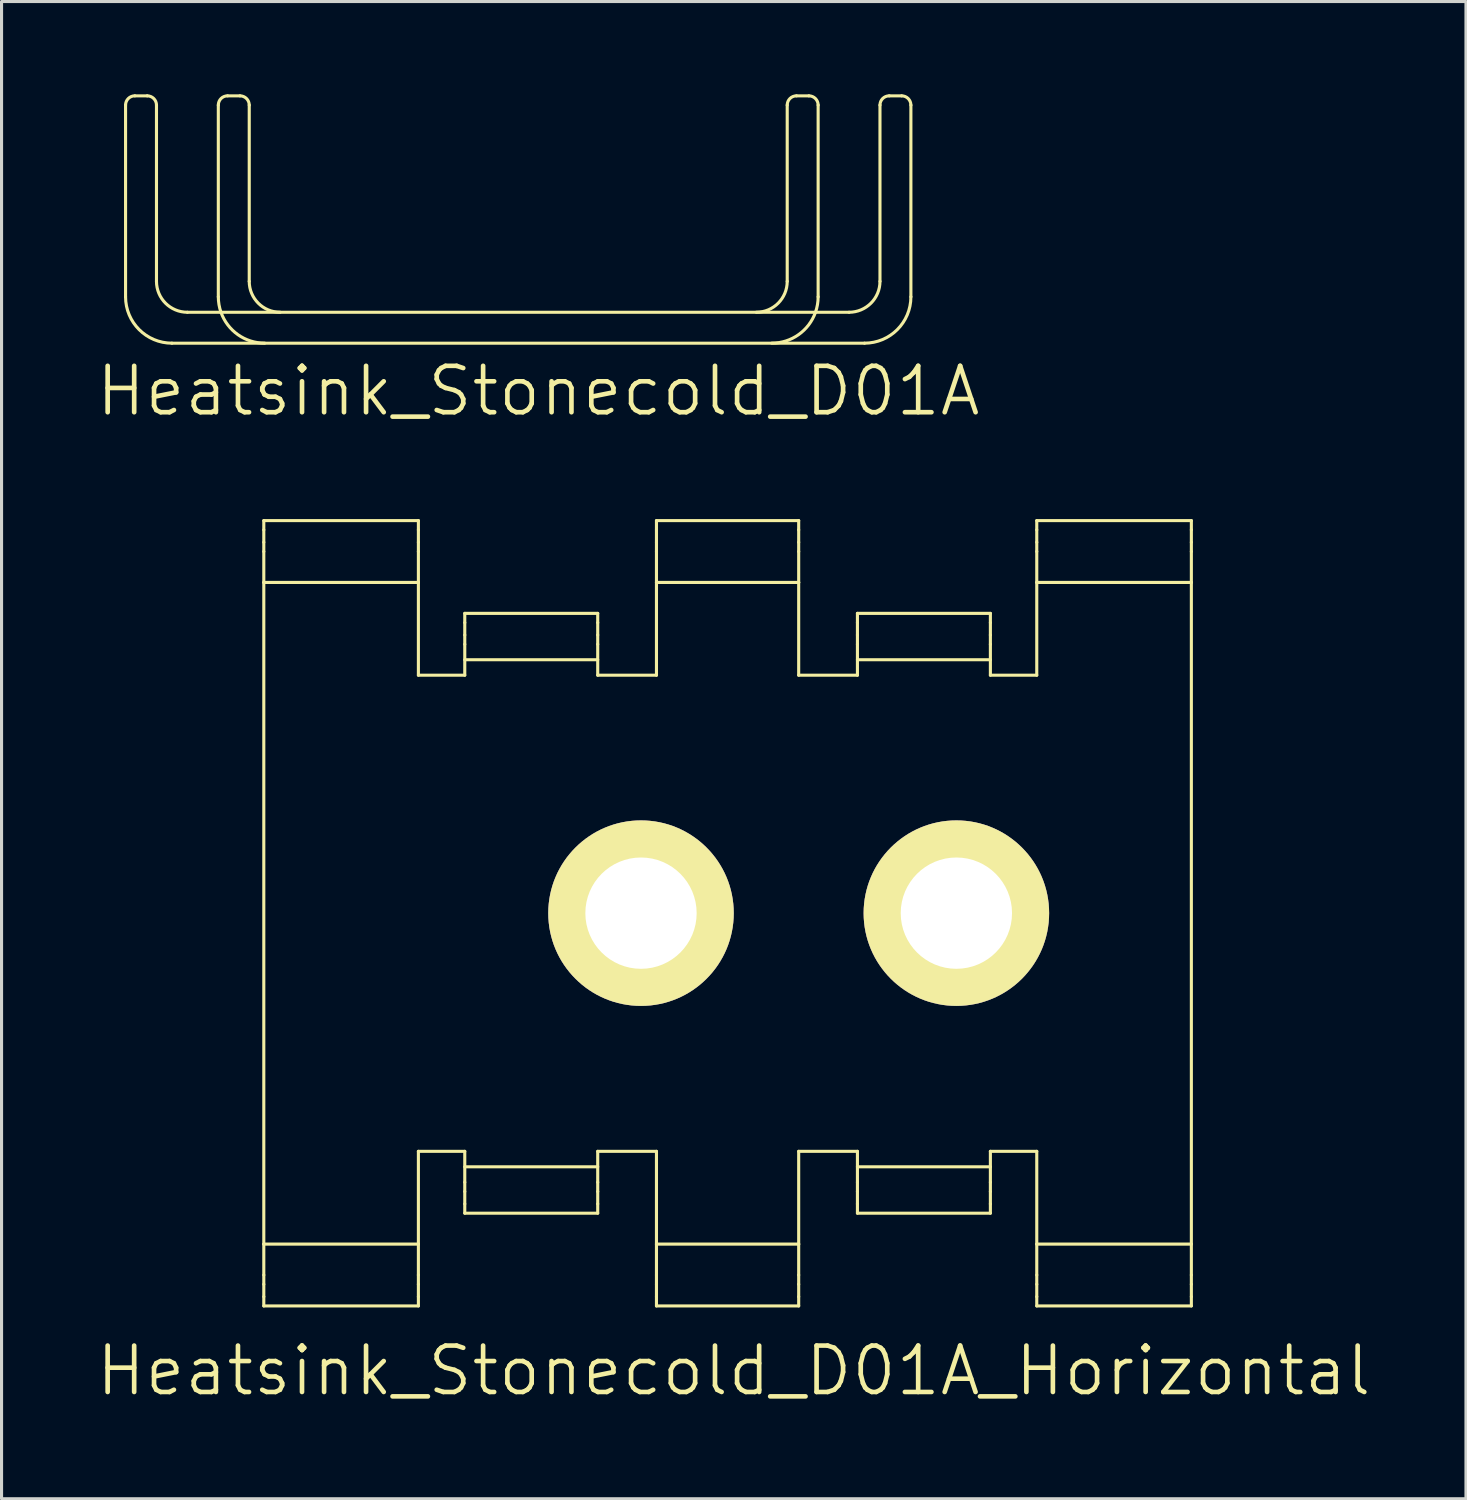
<source format=kicad_pcb>
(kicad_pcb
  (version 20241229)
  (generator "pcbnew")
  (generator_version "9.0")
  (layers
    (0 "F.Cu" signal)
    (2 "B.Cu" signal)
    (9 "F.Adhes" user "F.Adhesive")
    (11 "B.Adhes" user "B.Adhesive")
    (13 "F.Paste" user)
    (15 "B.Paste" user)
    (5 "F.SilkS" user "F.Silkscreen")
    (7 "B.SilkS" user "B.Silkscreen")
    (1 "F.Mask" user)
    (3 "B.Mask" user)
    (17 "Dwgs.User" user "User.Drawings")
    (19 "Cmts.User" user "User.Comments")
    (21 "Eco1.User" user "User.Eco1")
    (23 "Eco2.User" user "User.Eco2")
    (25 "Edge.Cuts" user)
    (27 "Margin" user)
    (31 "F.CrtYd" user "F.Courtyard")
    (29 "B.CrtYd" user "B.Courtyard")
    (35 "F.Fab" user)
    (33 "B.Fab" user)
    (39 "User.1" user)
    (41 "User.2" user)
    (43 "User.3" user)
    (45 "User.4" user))
  (footprint "Heatsink_Stonecold_D01A"
    (layer "F.Cu")
    (at 13.761 7.296)
    (property "Reference" "Heatsink_Stonecold_D01A" (at 0.6 2.3 0) (layer "F.SilkS") (effects (font (size 1.5 1.5) (thickness 0.15))))
    (attr through_hole)
    (fp_line (start -12.75 -0.746) (end -12.75 -6.946) (stroke (width 0.1) (type solid)) (layer "F.SilkS"))
    (fp_line (start -12.05 -7.246) (end -12.45 -7.246) (stroke (width 0.1) (type solid)) (layer "F.SilkS"))
    (fp_line (start -11.75 -1.246) (end -11.75 -6.946) (stroke (width 0.1) (type solid)) (layer "F.SilkS"))
    (fp_line (start -9.75 -0.746) (end -9.75 -6.946) (stroke (width 0.1) (type solid)) (layer "F.SilkS"))
    (fp_line (start -9.05 -7.246) (end -9.45 -7.246) (stroke (width 0.1) (type solid)) (layer "F.SilkS"))
    (fp_line (start -8.75 -1.246) (end -8.75 -6.946) (stroke (width 0.1) (type solid)) (layer "F.SilkS"))
    (fp_line (start 8.65 -1.246) (end 8.65 -6.946) (stroke (width 0.1) (type solid)) (layer "F.SilkS"))
    (fp_line (start 9.35 -7.246) (end 8.95 -7.246) (stroke (width 0.1) (type solid)) (layer "F.SilkS"))
    (fp_line (start 9.65 -0.746) (end 9.65 -6.946) (stroke (width 0.1) (type solid)) (layer "F.SilkS"))
    (fp_line (start 10.65 -0.246) (end -10.75 -0.246) (stroke (width 0.1) (type solid)) (layer "F.SilkS"))
    (fp_line (start 11.15 0.754) (end -11.25 0.754) (stroke (width 0.1) (type solid)) (layer "F.SilkS"))
    (fp_line (start 11.65 -1.246) (end 11.65 -6.946) (stroke (width 0.1) (type solid)) (layer "F.SilkS"))
    (fp_line (start 12.35 -7.246) (end 11.95 -7.246) (stroke (width 0.1) (type solid)) (layer "F.SilkS"))
    (fp_line (start 12.65 -0.746) (end 12.65 -6.946) (stroke (width 0.1) (type solid)) (layer "F.SilkS"))
    (fp_arc (start -12.75 -6.9464) (mid -12.662132 -7.158532) (end -12.45 -7.2464) (stroke (width 0.1) (type solid)) (layer "F.SilkS"))
    (fp_arc (start -12.05 -7.2464) (mid -11.837868 -7.158532) (end -11.75 -6.9464) (stroke (width 0.1) (type solid)) (layer "F.SilkS"))
    (fp_arc (start -11.25 0.7536) (mid -12.31066 0.31426) (end -12.75 -0.7464) (stroke (width 0.1) (type solid)) (layer "F.SilkS"))
    (fp_arc (start -10.75 -0.2464) (mid -11.457107 -0.539293) (end -11.75 -1.2464) (stroke (width 0.1) (type solid)) (layer "F.SilkS"))
    (fp_arc (start -9.75 -6.9464) (mid -9.662132 -7.158532) (end -9.45 -7.2464) (stroke (width 0.1) (type solid)) (layer "F.SilkS"))
    (fp_arc (start -9.664146 -0.246209) (mid -9.728381 -0.492647) (end -9.75 -0.7464) (stroke (width 0.1) (type solid)) (layer "F.SilkS"))
    (fp_arc (start -9.05 -7.2464) (mid -8.837868 -7.158532) (end -8.75 -6.9464) (stroke (width 0.1) (type solid)) (layer "F.SilkS"))
    (fp_arc (start -8.25 0.7536) (mid -9.115943 0.478403) (end -9.664146 -0.246209) (stroke (width 0.1) (type solid)) (layer "F.SilkS"))
    (fp_arc (start -7.75 -0.2464) (mid -8.457107 -0.539293) (end -8.75 -1.2464) (stroke (width 0.1) (type solid)) (layer "F.SilkS"))
    (fp_arc (start 8.65 -6.9464) (mid 8.737868 -7.158532) (end 8.95 -7.2464) (stroke (width 0.1) (type solid)) (layer "F.SilkS"))
    (fp_arc (start 8.65 -1.2464) (mid 8.357107 -0.539293) (end 7.65 -0.2464) (stroke (width 0.1) (type solid)) (layer "F.SilkS"))
    (fp_arc (start 9.35 -7.2464) (mid 9.562132 -7.158532) (end 9.65 -6.9464) (stroke (width 0.1) (type solid)) (layer "F.SilkS"))
    (fp_arc (start 9.564146 -0.246209) (mid 9.015943 0.478403) (end 8.15 0.7536) (stroke (width 0.1) (type solid)) (layer "F.SilkS"))
    (fp_arc (start 9.65 -0.7464) (mid 9.628381 -0.492647) (end 9.564146 -0.246209) (stroke (width 0.1) (type solid)) (layer "F.SilkS"))
    (fp_arc (start 11.65 -6.9464) (mid 11.737868 -7.158532) (end 11.95 -7.2464) (stroke (width 0.1) (type solid)) (layer "F.SilkS"))
    (fp_arc (start 11.65 -1.2464) (mid 11.357107 -0.539293) (end 10.65 -0.2464) (stroke (width 0.1) (type solid)) (layer "F.SilkS"))
    (fp_arc (start 12.35 -7.2464) (mid 12.562132 -7.158532) (end 12.65 -6.9464) (stroke (width 0.1) (type solid)) (layer "F.SilkS"))
    (fp_arc (start 12.65 -0.7464) (mid 12.21066 0.31426) (end 11.15 0.7536) (stroke (width 0.1) (type solid)) (layer "F.SilkS")))
  (footprint "Heatsink_Stonecold_D01A_Horizontal"
    (layer "F.Cu")
    (at 24.032 32.384)
    (property "Reference" "Heatsink_Stonecold_D01A_Horizontal" (at -3.35 8.9 180) (layer "F.SilkS") (effects (font (size 1.5 1.5) (thickness 0.15))))
    (attr through_hole)
    (fp_line (start -18.55 -18.596) (end -18.55 -18.296) (stroke (width 0.1) (type solid)) (layer "F.SilkS"))
    (fp_line (start -18.55 -17.896) (end -18.55 -18.296) (stroke (width 0.1) (type solid)) (layer "F.SilkS"))
    (fp_line (start -18.55 -17.596) (end -18.55 -17.896) (stroke (width 0.1) (type solid)) (layer "F.SilkS"))
    (fp_line (start -18.55 -17.596) (end -18.55 -16.596) (stroke (width 0.1) (type solid)) (layer "F.SilkS"))
    (fp_line (start -18.55 -16.596) (end -13.55 -16.596) (stroke (width 0.1) (type solid)) (layer "F.SilkS"))
    (fp_line (start -18.55 4.804) (end -18.55 -16.596) (stroke (width 0.1) (type solid)) (layer "F.SilkS"))
    (fp_line (start -18.55 5.804) (end -18.55 4.804) (stroke (width 0.1) (type solid)) (layer "F.SilkS"))
    (fp_line (start -18.55 5.804) (end -18.55 6.104) (stroke (width 0.1) (type solid)) (layer "F.SilkS"))
    (fp_line (start -18.55 6.504) (end -18.55 6.104) (stroke (width 0.1) (type solid)) (layer "F.SilkS"))
    (fp_line (start -18.55 6.804) (end -18.55 6.504) (stroke (width 0.1) (type solid)) (layer "F.SilkS"))
    (fp_line (start -18.55 6.804) (end -13.55 6.804) (stroke (width 0.1) (type solid)) (layer "F.SilkS"))
    (fp_line (start -13.55 -18.596) (end -18.55 -18.596) (stroke (width 0.1) (type solid)) (layer "F.SilkS"))
    (fp_line (start -13.55 -18.596) (end -13.55 -18.296) (stroke (width 0.1) (type solid)) (layer "F.SilkS"))
    (fp_line (start -13.55 -18.296) (end -13.55 -17.896) (stroke (width 0.1) (type solid)) (layer "F.SilkS"))
    (fp_line (start -13.55 -17.596) (end -13.55 -17.896) (stroke (width 0.1) (type solid)) (layer "F.SilkS"))
    (fp_line (start -13.55 -17.596) (end -13.55 -16.596) (stroke (width 0.1) (type solid)) (layer "F.SilkS"))
    (fp_line (start -13.55 -16.596) (end -13.55 -13.596) (stroke (width 0.1) (type solid)) (layer "F.SilkS"))
    (fp_line (start -13.55 -13.596) (end -12.05 -13.596) (stroke (width 0.1) (type solid)) (layer "F.SilkS"))
    (fp_line (start -13.55 1.804) (end -12.05 1.804) (stroke (width 0.1) (type solid)) (layer "F.SilkS"))
    (fp_line (start -13.55 4.804) (end -18.55 4.804) (stroke (width 0.1) (type solid)) (layer "F.SilkS"))
    (fp_line (start -13.55 4.804) (end -13.55 1.804) (stroke (width 0.1) (type solid)) (layer "F.SilkS"))
    (fp_line (start -13.55 5.804) (end -13.55 4.804) (stroke (width 0.1) (type solid)) (layer "F.SilkS"))
    (fp_line (start -13.55 5.804) (end -13.55 6.104) (stroke (width 0.1) (type solid)) (layer "F.SilkS"))
    (fp_line (start -13.55 6.104) (end -13.55 6.504) (stroke (width 0.1) (type solid)) (layer "F.SilkS"))
    (fp_line (start -13.55 6.804) (end -13.55 6.504) (stroke (width 0.1) (type solid)) (layer "F.SilkS"))
    (fp_line (start -12.05 -15.596) (end -12.05 -15.296) (stroke (width 0.1) (type solid)) (layer "F.SilkS"))
    (fp_line (start -12.05 -14.896) (end -12.05 -15.296) (stroke (width 0.1) (type solid)) (layer "F.SilkS"))
    (fp_line (start -12.05 -14.596) (end -12.05 -14.896) (stroke (width 0.1) (type solid)) (layer "F.SilkS"))
    (fp_line (start -12.05 -14.596) (end -12.05 -13.596) (stroke (width 0.1) (type solid)) (layer "F.SilkS"))
    (fp_line (start -12.05 2.304) (end -7.75 2.304) (stroke (width 0.1) (type solid)) (layer "F.SilkS"))
    (fp_line (start -12.05 2.804) (end -12.05 1.804) (stroke (width 0.1) (type solid)) (layer "F.SilkS"))
    (fp_line (start -12.05 2.804) (end -12.05 3.104) (stroke (width 0.1) (type solid)) (layer "F.SilkS"))
    (fp_line (start -12.05 3.504) (end -12.05 3.104) (stroke (width 0.1) (type solid)) (layer "F.SilkS"))
    (fp_line (start -12.05 3.804) (end -12.05 3.504) (stroke (width 0.1) (type solid)) (layer "F.SilkS"))
    (fp_line (start -12.05 3.804) (end -7.75 3.804) (stroke (width 0.1) (type solid)) (layer "F.SilkS"))
    (fp_line (start -7.75 -15.596) (end -12.05 -15.596) (stroke (width 0.1) (type solid)) (layer "F.SilkS"))
    (fp_line (start -7.75 -15.596) (end -7.75 -15.296) (stroke (width 0.1) (type solid)) (layer "F.SilkS"))
    (fp_line (start -7.75 -15.296) (end -7.75 -14.896) (stroke (width 0.1) (type solid)) (layer "F.SilkS"))
    (fp_line (start -7.75 -14.596) (end -7.75 -14.896) (stroke (width 0.1) (type solid)) (layer "F.SilkS"))
    (fp_line (start -7.75 -14.596) (end -7.75 -13.596) (stroke (width 0.1) (type solid)) (layer "F.SilkS"))
    (fp_line (start -7.75 -14.096) (end -12.05 -14.096) (stroke (width 0.1) (type solid)) (layer "F.SilkS"))
    (fp_line (start -7.75 -13.596) (end -5.85 -13.596) (stroke (width 0.1) (type solid)) (layer "F.SilkS"))
    (fp_line (start -7.75 1.804) (end -5.85 1.804) (stroke (width 0.1) (type solid)) (layer "F.SilkS"))
    (fp_line (start -7.75 2.804) (end -7.75 1.804) (stroke (width 0.1) (type solid)) (layer "F.SilkS"))
    (fp_line (start -7.75 2.804) (end -7.75 3.104) (stroke (width 0.1) (type solid)) (layer "F.SilkS"))
    (fp_line (start -7.75 3.104) (end -7.75 3.504) (stroke (width 0.1) (type solid)) (layer "F.SilkS"))
    (fp_line (start -7.75 3.804) (end -7.75 3.504) (stroke (width 0.1) (type solid)) (layer "F.SilkS"))
    (fp_line (start -5.85 -18.596) (end -5.85 -18.296) (stroke (width 0.1) (type solid)) (layer "F.SilkS"))
    (fp_line (start -5.85 -17.896) (end -5.85 -18.296) (stroke (width 0.1) (type solid)) (layer "F.SilkS"))
    (fp_line (start -5.85 -17.596) (end -5.85 -17.896) (stroke (width 0.1) (type solid)) (layer "F.SilkS"))
    (fp_line (start -5.85 -17.596) (end -5.85 -16.596) (stroke (width 0.1) (type solid)) (layer "F.SilkS"))
    (fp_line (start -5.85 -16.596) (end -1.25 -16.596) (stroke (width 0.1) (type solid)) (layer "F.SilkS"))
    (fp_line (start -5.85 -13.596) (end -5.85 -16.596) (stroke (width 0.1) (type solid)) (layer "F.SilkS"))
    (fp_line (start -5.85 1.804) (end -5.85 4.804) (stroke (width 0.1) (type solid)) (layer "F.SilkS"))
    (fp_line (start -5.85 5.804) (end -5.85 4.804) (stroke (width 0.1) (type solid)) (layer "F.SilkS"))
    (fp_line (start -5.85 5.804) (end -5.85 6.104) (stroke (width 0.1) (type solid)) (layer "F.SilkS"))
    (fp_line (start -5.85 6.504) (end -5.85 6.104) (stroke (width 0.1) (type solid)) (layer "F.SilkS"))
    (fp_line (start -5.85 6.804) (end -5.85 6.504) (stroke (width 0.1) (type solid)) (layer "F.SilkS"))
    (fp_line (start -5.85 6.804) (end -1.25 6.804) (stroke (width 0.1) (type solid)) (layer "F.SilkS"))
    (fp_line (start -1.25 -18.596) (end -5.85 -18.596) (stroke (width 0.1) (type solid)) (layer "F.SilkS"))
    (fp_line (start -1.25 -18.596) (end -1.25 -18.296) (stroke (width 0.1) (type solid)) (layer "F.SilkS"))
    (fp_line (start -1.25 -18.296) (end -1.25 -17.896) (stroke (width 0.1) (type solid)) (layer "F.SilkS"))
    (fp_line (start -1.25 -17.596) (end -1.25 -17.896) (stroke (width 0.1) (type solid)) (layer "F.SilkS"))
    (fp_line (start -1.25 -17.596) (end -1.25 -16.596) (stroke (width 0.1) (type solid)) (layer "F.SilkS"))
    (fp_line (start -1.25 -13.596) (end -1.25 -16.596) (stroke (width 0.1) (type solid)) (layer "F.SilkS"))
    (fp_line (start -1.25 1.804) (end -1.25 4.804) (stroke (width 0.1) (type solid)) (layer "F.SilkS"))
    (fp_line (start -1.25 4.804) (end -5.85 4.804) (stroke (width 0.1) (type solid)) (layer "F.SilkS"))
    (fp_line (start -1.25 5.804) (end -1.25 4.804) (stroke (width 0.1) (type solid)) (layer "F.SilkS"))
    (fp_line (start -1.25 5.804) (end -1.25 6.104) (stroke (width 0.1) (type solid)) (layer "F.SilkS"))
    (fp_line (start -1.25 6.104) (end -1.25 6.504) (stroke (width 0.1) (type solid)) (layer "F.SilkS"))
    (fp_line (start -1.25 6.804) (end -1.25 6.504) (stroke (width 0.1) (type solid)) (layer "F.SilkS"))
    (fp_line (start 0.65 -15.596) (end 0.65 -15.296) (stroke (width 0.1) (type solid)) (layer "F.SilkS"))
    (fp_line (start 0.65 -14.896) (end 0.65 -15.296) (stroke (width 0.1) (type solid)) (layer "F.SilkS"))
    (fp_line (start 0.65 -14.596) (end 0.65 -14.896) (stroke (width 0.1) (type solid)) (layer "F.SilkS"))
    (fp_line (start 0.65 -14.596) (end 0.65 -13.596) (stroke (width 0.1) (type solid)) (layer "F.SilkS"))
    (fp_line (start 0.65 -13.596) (end -1.25 -13.596) (stroke (width 0.1) (type solid)) (layer "F.SilkS"))
    (fp_line (start 0.65 1.804) (end -1.25 1.804) (stroke (width 0.1) (type solid)) (layer "F.SilkS"))
    (fp_line (start 0.65 2.304) (end 4.95 2.304) (stroke (width 0.1) (type solid)) (layer "F.SilkS"))
    (fp_line (start 0.65 2.804) (end 0.65 1.804) (stroke (width 0.1) (type solid)) (layer "F.SilkS"))
    (fp_line (start 0.65 2.804) (end 0.65 3.104) (stroke (width 0.1) (type solid)) (layer "F.SilkS"))
    (fp_line (start 0.65 3.504) (end 0.65 3.104) (stroke (width 0.1) (type solid)) (layer "F.SilkS"))
    (fp_line (start 0.65 3.804) (end 0.65 3.504) (stroke (width 0.1) (type solid)) (layer "F.SilkS"))
    (fp_line (start 0.65 3.804) (end 4.95 3.804) (stroke (width 0.1) (type solid)) (layer "F.SilkS"))
    (fp_line (start 4.95 -15.596) (end 0.65 -15.596) (stroke (width 0.1) (type solid)) (layer "F.SilkS"))
    (fp_line (start 4.95 -15.596) (end 4.95 -15.296) (stroke (width 0.1) (type solid)) (layer "F.SilkS"))
    (fp_line (start 4.95 -15.296) (end 4.95 -14.896) (stroke (width 0.1) (type solid)) (layer "F.SilkS"))
    (fp_line (start 4.95 -14.596) (end 4.95 -14.896) (stroke (width 0.1) (type solid)) (layer "F.SilkS"))
    (fp_line (start 4.95 -14.596) (end 4.95 -13.596) (stroke (width 0.1) (type solid)) (layer "F.SilkS"))
    (fp_line (start 4.95 -14.096) (end 0.65 -14.096) (stroke (width 0.1) (type solid)) (layer "F.SilkS"))
    (fp_line (start 4.95 2.804) (end 4.95 1.804) (stroke (width 0.1) (type solid)) (layer "F.SilkS"))
    (fp_line (start 4.95 2.804) (end 4.95 3.104) (stroke (width 0.1) (type solid)) (layer "F.SilkS"))
    (fp_line (start 4.95 3.104) (end 4.95 3.504) (stroke (width 0.1) (type solid)) (layer "F.SilkS"))
    (fp_line (start 4.95 3.804) (end 4.95 3.504) (stroke (width 0.1) (type solid)) (layer "F.SilkS"))
    (fp_line (start 6.45 -18.596) (end 6.45 -18.296) (stroke (width 0.1) (type solid)) (layer "F.SilkS"))
    (fp_line (start 6.45 -17.896) (end 6.45 -18.296) (stroke (width 0.1) (type solid)) (layer "F.SilkS"))
    (fp_line (start 6.45 -17.596) (end 6.45 -17.896) (stroke (width 0.1) (type solid)) (layer "F.SilkS"))
    (fp_line (start 6.45 -17.596) (end 6.45 -16.596) (stroke (width 0.1) (type solid)) (layer "F.SilkS"))
    (fp_line (start 6.45 -16.596) (end 6.45 -13.596) (stroke (width 0.1) (type solid)) (layer "F.SilkS"))
    (fp_line (start 6.45 -16.596) (end 11.45 -16.596) (stroke (width 0.1) (type solid)) (layer "F.SilkS"))
    (fp_line (start 6.45 -13.596) (end 4.95 -13.596) (stroke (width 0.1) (type solid)) (layer "F.SilkS"))
    (fp_line (start 6.45 1.804) (end 4.95 1.804) (stroke (width 0.1) (type solid)) (layer "F.SilkS"))
    (fp_line (start 6.45 4.804) (end 6.45 1.804) (stroke (width 0.1) (type solid)) (layer "F.SilkS"))
    (fp_line (start 6.45 5.804) (end 6.45 4.804) (stroke (width 0.1) (type solid)) (layer "F.SilkS"))
    (fp_line (start 6.45 5.804) (end 6.45 6.104) (stroke (width 0.1) (type solid)) (layer "F.SilkS"))
    (fp_line (start 6.45 6.504) (end 6.45 6.104) (stroke (width 0.1) (type solid)) (layer "F.SilkS"))
    (fp_line (start 6.45 6.804) (end 6.45 6.504) (stroke (width 0.1) (type solid)) (layer "F.SilkS"))
    (fp_line (start 6.45 6.804) (end 11.45 6.804) (stroke (width 0.1) (type solid)) (layer "F.SilkS"))
    (fp_line (start 11.45 -18.596) (end 6.45 -18.596) (stroke (width 0.1) (type solid)) (layer "F.SilkS"))
    (fp_line (start 11.45 -18.596) (end 11.45 -18.296) (stroke (width 0.1) (type solid)) (layer "F.SilkS"))
    (fp_line (start 11.45 -18.296) (end 11.45 -17.896) (stroke (width 0.1) (type solid)) (layer "F.SilkS"))
    (fp_line (start 11.45 -17.596) (end 11.45 -17.896) (stroke (width 0.1) (type solid)) (layer "F.SilkS"))
    (fp_line (start 11.45 -17.596) (end 11.45 -16.596) (stroke (width 0.1) (type solid)) (layer "F.SilkS"))
    (fp_line (start 11.45 -16.596) (end 11.45 4.804) (stroke (width 0.1) (type solid)) (layer "F.SilkS"))
    (fp_line (start 11.45 4.804) (end 6.45 4.804) (stroke (width 0.1) (type solid)) (layer "F.SilkS"))
    (fp_line (start 11.45 5.804) (end 11.45 4.804) (stroke (width 0.1) (type solid)) (layer "F.SilkS"))
    (fp_line (start 11.45 5.804) (end 11.45 6.104) (stroke (width 0.1) (type solid)) (layer "F.SilkS"))
    (fp_line (start 11.45 6.104) (end 11.45 6.504) (stroke (width 0.1) (type solid)) (layer "F.SilkS"))
    (fp_line (start 11.45 6.804) (end 11.45 6.504) (stroke (width 0.1) (type solid)) (layer "F.SilkS"))
    (pad "~" thru_hole circle (at -6.35 -5.9) (size 6 6) (drill 3.6) (layers "*.Cu" "*.Mask" "F.SilkS"))
    (pad "~" thru_hole circle (at 3.85 -5.9) (size 6 6) (drill 3.6) (layers "*.Cu" "*.Mask" "F.SilkS")))
  (gr_rect
    (start -3 -3)
    (end 44.364 45.424)
    (stroke (width 0.1) (type default))
    (fill no)
    (layer "Edge.Cuts")))
</source>
